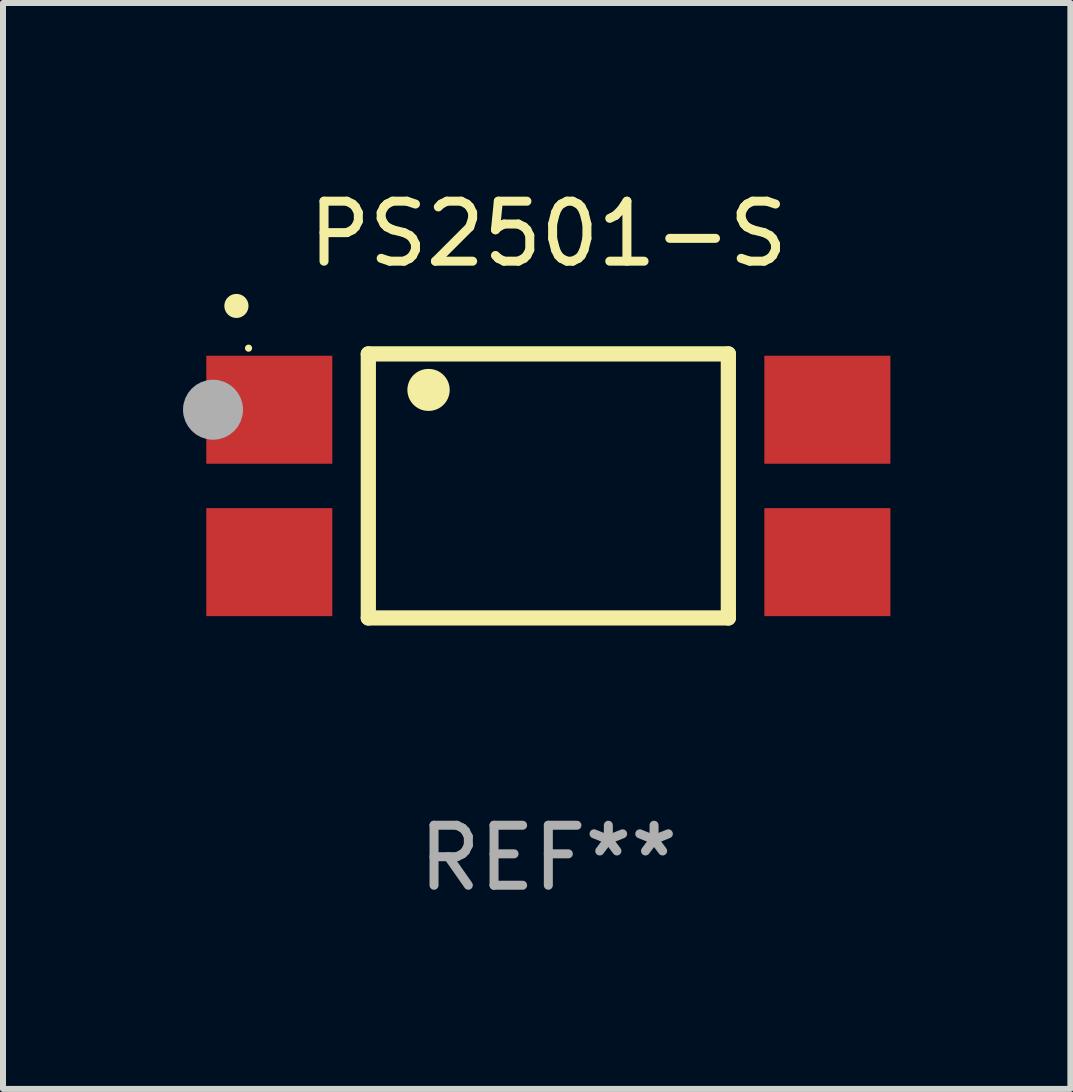
<source format=kicad_pcb>
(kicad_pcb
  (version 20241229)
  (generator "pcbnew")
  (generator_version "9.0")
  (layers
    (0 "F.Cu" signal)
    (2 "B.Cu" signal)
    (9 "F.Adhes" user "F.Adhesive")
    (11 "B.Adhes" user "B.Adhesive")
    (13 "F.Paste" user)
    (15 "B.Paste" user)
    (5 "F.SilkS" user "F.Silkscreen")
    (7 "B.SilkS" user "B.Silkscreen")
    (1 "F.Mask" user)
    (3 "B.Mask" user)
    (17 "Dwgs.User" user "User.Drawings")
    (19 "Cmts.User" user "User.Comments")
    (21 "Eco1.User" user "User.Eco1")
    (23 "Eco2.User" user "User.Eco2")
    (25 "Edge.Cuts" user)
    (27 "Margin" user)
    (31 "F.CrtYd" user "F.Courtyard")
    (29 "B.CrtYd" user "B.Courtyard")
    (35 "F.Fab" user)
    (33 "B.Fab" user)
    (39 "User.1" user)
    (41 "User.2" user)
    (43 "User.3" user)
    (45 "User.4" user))
  (footprint "PS2501-S"
    (layer "F.Cu")
    (at 6.088 5.048)
    (property "Reference" "PS2501-S" (at 0 -4.2 0) (layer "F.SilkS") (effects (font (size 1 1) (thickness 0.15))))
    (attr through_hole)
    (fp_line (start -3 -2.2) (end -3 2.2) (stroke (width 0.254) (type solid)) (layer "F.SilkS"))
    (fp_line (start -3 2.2) (end 3 2.2) (stroke (width 0.254) (type solid)) (layer "F.SilkS"))
    (fp_line (start 3 -2.2) (end -3 -2.2) (stroke (width 0.254) (type solid)) (layer "F.SilkS"))
    (fp_line (start 3 2.2) (end 3 -2.2) (stroke (width 0.254) (type solid)) (layer "F.SilkS"))
    (fp_arc (start -5.19939 -2.999746) (mid -5.19812 -2.99975) (end -5.19685 -2.999746) (stroke (width 0.4) (type solid)) (layer "F.SilkS"))
    (fp_arc (start -1.998984 -1.600203) (mid -1.996444 -1.600212) (end -1.993904 -1.600203) (stroke (width 0.700003) (type solid)) (layer "F.SilkS"))
    (fp_circle (center -4.996 -2.296) (end -4.966 -2.296) (stroke (width 0.06) (type solid)) (fill no) (layer "F.SilkS"))
    (fp_circle (center -5.588 -1.27) (end -5.338 -1.27) (stroke (width 0.5) (type solid)) (fill no) (layer "F.Fab"))
    (fp_text user "REF**" (at 0 6.2 0) (layer "F.Fab") (effects (font (size 1 1) (thickness 0.15))))
    (pad "1" smd rect (at -4.65 -1.27 90) (size 1.8 2.1) (layers "F.Cu" "F.Mask" "F.Paste"))
    (pad "2" smd rect (at -4.65 1.27 90) (size 1.8 2.1) (layers "F.Cu" "F.Mask" "F.Paste"))
    (pad "3" smd rect (at 4.65 1.27 90) (size 1.8 2.1) (layers "F.Cu" "F.Mask" "F.Paste"))
    (pad "4" smd rect (at 4.65 -1.27 90) (size 1.8 2.1) (layers "F.Cu" "F.Mask" "F.Paste")))
  (gr_rect
    (start -3 -3)
    (end 14.788 15.097)
    (stroke (width 0.1) (type default))
    (fill no)
    (layer "Edge.Cuts")))
</source>
